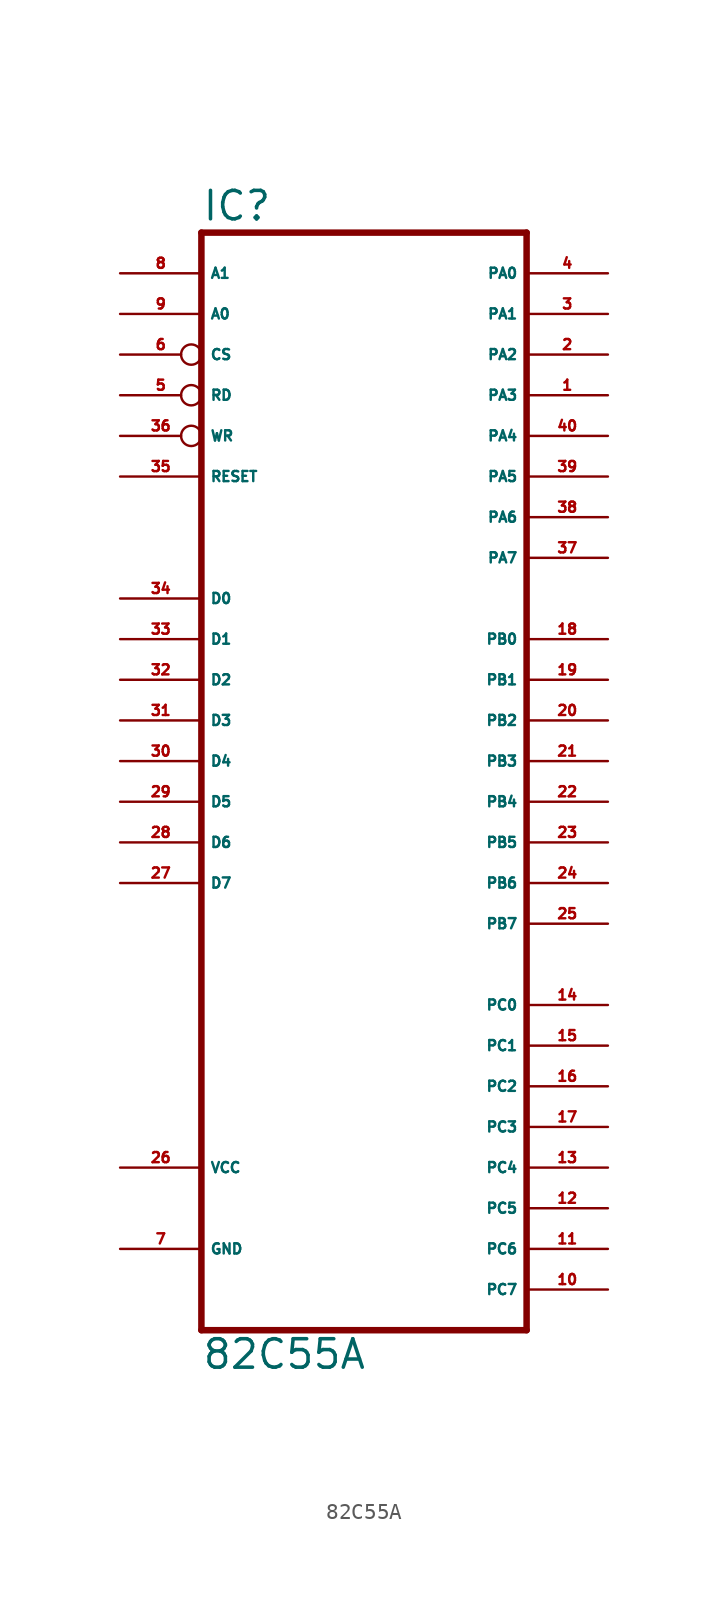
<source format=kicad_sym>
(kicad_symbol_lib
  (version 20220914)
  (generator Eagle2Kicad)
  (symbol "82C55A"
    (property "Reference" "IC"
      (at -10.16 33.655 0)
      (effects (font (size 1.778 1.778) (thickness 0.22)) (justify left bottom)))
    (property "Value" "82C55A"
      (at -10.16 -38.1 0)
      (effects (font (size 1.778 1.778) (thickness 0.22)) (justify left bottom)))
    (polyline
      (pts (xy 10.16 -35.56) (xy -10.16 -35.56))
      (stroke (width 0.406) (type default))
      (fill (type none)))
    (polyline
      (pts (xy -10.16 33.02) (xy -10.16 -35.56))
      (stroke (width 0.406) (type default))
      (fill (type none)))
    (polyline
      (pts (xy -10.16 33.02) (xy 10.16 33.02))
      (stroke (width 0.406) (type default))
      (fill (type none)))
    (polyline
      (pts (xy 10.16 -35.56) (xy 10.16 33.02))
      (stroke (width 0.406) (type default))
      (fill (type none)))
    (pin bidirectional line
      (at 15.24 30.48 180)
      (length 5.08)
      (name "PA0" (effects (font (size 0.635 0.635) (thickness 0.08)) (justify left bottom)))
      (number "4" (effects (font (size 0.635 0.635) (thickness 0.08)) (justify left bottom))))
    (pin bidirectional line
      (at 15.24 27.94 180)
      (length 5.08)
      (name "PA1" (effects (font (size 0.635 0.635) (thickness 0.08)) (justify left bottom)))
      (number "3" (effects (font (size 0.635 0.635) (thickness 0.08)) (justify left bottom))))
    (pin bidirectional line
      (at 15.24 25.4 180)
      (length 5.08)
      (name "PA2" (effects (font (size 0.635 0.635) (thickness 0.08)) (justify left bottom)))
      (number "2" (effects (font (size 0.635 0.635) (thickness 0.08)) (justify left bottom))))
    (pin bidirectional line
      (at 15.24 22.86 180)
      (length 5.08)
      (name "PA3" (effects (font (size 0.635 0.635) (thickness 0.08)) (justify left bottom)))
      (number "1" (effects (font (size 0.635 0.635) (thickness 0.08)) (justify left bottom))))
    (pin bidirectional line
      (at 15.24 20.32 180)
      (length 5.08)
      (name "PA4" (effects (font (size 0.635 0.635) (thickness 0.08)) (justify left bottom)))
      (number "40" (effects (font (size 0.635 0.635) (thickness 0.08)) (justify left bottom))))
    (pin bidirectional line
      (at 15.24 17.78 180)
      (length 5.08)
      (name "PA5" (effects (font (size 0.635 0.635) (thickness 0.08)) (justify left bottom)))
      (number "39" (effects (font (size 0.635 0.635) (thickness 0.08)) (justify left bottom))))
    (pin bidirectional line
      (at 15.24 15.24 180)
      (length 5.08)
      (name "PA6" (effects (font (size 0.635 0.635) (thickness 0.08)) (justify left bottom)))
      (number "38" (effects (font (size 0.635 0.635) (thickness 0.08)) (justify left bottom))))
    (pin bidirectional line
      (at 15.24 12.7 180)
      (length 5.08)
      (name "PA7" (effects (font (size 0.635 0.635) (thickness 0.08)) (justify left bottom)))
      (number "37" (effects (font (size 0.635 0.635) (thickness 0.08)) (justify left bottom))))
    (pin bidirectional line
      (at 15.24 7.62 180)
      (length 5.08)
      (name "PB0" (effects (font (size 0.635 0.635) (thickness 0.08)) (justify left bottom)))
      (number "18" (effects (font (size 0.635 0.635) (thickness 0.08)) (justify left bottom))))
    (pin bidirectional line
      (at 15.24 5.08 180)
      (length 5.08)
      (name "PB1" (effects (font (size 0.635 0.635) (thickness 0.08)) (justify left bottom)))
      (number "19" (effects (font (size 0.635 0.635) (thickness 0.08)) (justify left bottom))))
    (pin bidirectional line
      (at 15.24 2.54 180)
      (length 5.08)
      (name "PB2" (effects (font (size 0.635 0.635) (thickness 0.08)) (justify left bottom)))
      (number "20" (effects (font (size 0.635 0.635) (thickness 0.08)) (justify left bottom))))
    (pin bidirectional line
      (at 15.24 0 180)
      (length 5.08)
      (name "PB3" (effects (font (size 0.635 0.635) (thickness 0.08)) (justify left bottom)))
      (number "21" (effects (font (size 0.635 0.635) (thickness 0.08)) (justify left bottom))))
    (pin bidirectional line
      (at 15.24 -2.54 180)
      (length 5.08)
      (name "PB4" (effects (font (size 0.635 0.635) (thickness 0.08)) (justify left bottom)))
      (number "22" (effects (font (size 0.635 0.635) (thickness 0.08)) (justify left bottom))))
    (pin bidirectional line
      (at 15.24 -5.08 180)
      (length 5.08)
      (name "PB5" (effects (font (size 0.635 0.635) (thickness 0.08)) (justify left bottom)))
      (number "23" (effects (font (size 0.635 0.635) (thickness 0.08)) (justify left bottom))))
    (pin bidirectional line
      (at 15.24 -7.62 180)
      (length 5.08)
      (name "PB6" (effects (font (size 0.635 0.635) (thickness 0.08)) (justify left bottom)))
      (number "24" (effects (font (size 0.635 0.635) (thickness 0.08)) (justify left bottom))))
    (pin bidirectional line
      (at 15.24 -10.16 180)
      (length 5.08)
      (name "PB7" (effects (font (size 0.635 0.635) (thickness 0.08)) (justify left bottom)))
      (number "25" (effects (font (size 0.635 0.635) (thickness 0.08)) (justify left bottom))))
    (pin bidirectional line
      (at 15.24 -15.24 180)
      (length 5.08)
      (name "PC0" (effects (font (size 0.635 0.635) (thickness 0.08)) (justify left bottom)))
      (number "14" (effects (font (size 0.635 0.635) (thickness 0.08)) (justify left bottom))))
    (pin bidirectional line
      (at 15.24 -17.78 180)
      (length 5.08)
      (name "PC1" (effects (font (size 0.635 0.635) (thickness 0.08)) (justify left bottom)))
      (number "15" (effects (font (size 0.635 0.635) (thickness 0.08)) (justify left bottom))))
    (pin bidirectional line
      (at 15.24 -20.32 180)
      (length 5.08)
      (name "PC2" (effects (font (size 0.635 0.635) (thickness 0.08)) (justify left bottom)))
      (number "16" (effects (font (size 0.635 0.635) (thickness 0.08)) (justify left bottom))))
    (pin bidirectional line
      (at 15.24 -22.86 180)
      (length 5.08)
      (name "PC3" (effects (font (size 0.635 0.635) (thickness 0.08)) (justify left bottom)))
      (number "17" (effects (font (size 0.635 0.635) (thickness 0.08)) (justify left bottom))))
    (pin bidirectional line
      (at 15.24 -25.4 180)
      (length 5.08)
      (name "PC4" (effects (font (size 0.635 0.635) (thickness 0.08)) (justify left bottom)))
      (number "13" (effects (font (size 0.635 0.635) (thickness 0.08)) (justify left bottom))))
    (pin bidirectional line
      (at 15.24 -27.94 180)
      (length 5.08)
      (name "PC5" (effects (font (size 0.635 0.635) (thickness 0.08)) (justify left bottom)))
      (number "12" (effects (font (size 0.635 0.635) (thickness 0.08)) (justify left bottom))))
    (pin bidirectional line
      (at 15.24 -30.48 180)
      (length 5.08)
      (name "PC6" (effects (font (size 0.635 0.635) (thickness 0.08)) (justify left bottom)))
      (number "11" (effects (font (size 0.635 0.635) (thickness 0.08)) (justify left bottom))))
    (pin bidirectional line
      (at 15.24 -33.02 180)
      (length 5.08)
      (name "PC7" (effects (font (size 0.635 0.635) (thickness 0.08)) (justify left bottom)))
      (number "10" (effects (font (size 0.635 0.635) (thickness 0.08)) (justify left bottom))))
    (pin bidirectional line
      (at -15.24 10.16 0)
      (length 5.08)
      (name "D0" (effects (font (size 0.635 0.635) (thickness 0.08)) (justify left bottom)))
      (number "34" (effects (font (size 0.635 0.635) (thickness 0.08)) (justify left bottom))))
    (pin bidirectional line
      (at -15.24 7.62 0)
      (length 5.08)
      (name "D1" (effects (font (size 0.635 0.635) (thickness 0.08)) (justify left bottom)))
      (number "33" (effects (font (size 0.635 0.635) (thickness 0.08)) (justify left bottom))))
    (pin bidirectional line
      (at -15.24 5.08 0)
      (length 5.08)
      (name "D2" (effects (font (size 0.635 0.635) (thickness 0.08)) (justify left bottom)))
      (number "32" (effects (font (size 0.635 0.635) (thickness 0.08)) (justify left bottom))))
    (pin bidirectional line
      (at -15.24 2.54 0)
      (length 5.08)
      (name "D3" (effects (font (size 0.635 0.635) (thickness 0.08)) (justify left bottom)))
      (number "31" (effects (font (size 0.635 0.635) (thickness 0.08)) (justify left bottom))))
    (pin bidirectional line
      (at -15.24 0 0)
      (length 5.08)
      (name "D4" (effects (font (size 0.635 0.635) (thickness 0.08)) (justify left bottom)))
      (number "30" (effects (font (size 0.635 0.635) (thickness 0.08)) (justify left bottom))))
    (pin bidirectional line
      (at -15.24 -2.54 0)
      (length 5.08)
      (name "D5" (effects (font (size 0.635 0.635) (thickness 0.08)) (justify left bottom)))
      (number "29" (effects (font (size 0.635 0.635) (thickness 0.08)) (justify left bottom))))
    (pin bidirectional line
      (at -15.24 -5.08 0)
      (length 5.08)
      (name "D6" (effects (font (size 0.635 0.635) (thickness 0.08)) (justify left bottom)))
      (number "28" (effects (font (size 0.635 0.635) (thickness 0.08)) (justify left bottom))))
    (pin bidirectional line
      (at -15.24 -7.62 0)
      (length 5.08)
      (name "D7" (effects (font (size 0.635 0.635) (thickness 0.08)) (justify left bottom)))
      (number "27" (effects (font (size 0.635 0.635) (thickness 0.08)) (justify left bottom))))
    (pin input line
      (at -15.24 17.78 0)
      (length 5.08)
      (name "RESET" (effects (font (size 0.635 0.635) (thickness 0.08)) (justify left bottom)))
      (number "35" (effects (font (size 0.635 0.635) (thickness 0.08)) (justify left bottom))))
    (pin input inverted
      (at -15.24 20.32 0)
      (length 5.08)
      (name "WR" (effects (font (size 0.635 0.635) (thickness 0.08)) (justify left bottom)))
      (number "36" (effects (font (size 0.635 0.635) (thickness 0.08)) (justify left bottom))))
    (pin input inverted
      (at -15.24 25.4 0)
      (length 5.08)
      (name "CS" (effects (font (size 0.635 0.635) (thickness 0.08)) (justify left bottom)))
      (number "6" (effects (font (size 0.635 0.635) (thickness 0.08)) (justify left bottom))))
    (pin input line
      (at -15.24 27.94 0)
      (length 5.08)
      (name "A0" (effects (font (size 0.635 0.635) (thickness 0.08)) (justify left bottom)))
      (number "9" (effects (font (size 0.635 0.635) (thickness 0.08)) (justify left bottom))))
    (pin input line
      (at -15.24 30.48 0)
      (length 5.08)
      (name "A1" (effects (font (size 0.635 0.635) (thickness 0.08)) (justify left bottom)))
      (number "8" (effects (font (size 0.635 0.635) (thickness 0.08)) (justify left bottom))))
    (pin input inverted
      (at -15.24 22.86 0)
      (length 5.08)
      (name "RD" (effects (font (size 0.635 0.635) (thickness 0.08)) (justify left bottom)))
      (number "5" (effects (font (size 0.635 0.635) (thickness 0.08)) (justify left bottom))))
    (pin unspecified line
      (at -15.24 -25.4 0)
      (length 5.08)
      (name "VCC" (effects (font (size 0.635 0.635) (thickness 0.08)) (justify left bottom)))
      (number "26" (effects (font (size 0.635 0.635) (thickness 0.08)) (justify left bottom))))
    (pin unspecified line
      (at -15.24 -30.48 0)
      (length 5.08)
      (name "GND" (effects (font (size 0.635 0.635) (thickness 0.08)) (justify left bottom)))
      (number "7" (effects (font (size 0.635 0.635) (thickness 0.08)) (justify left bottom))))))
</source>
